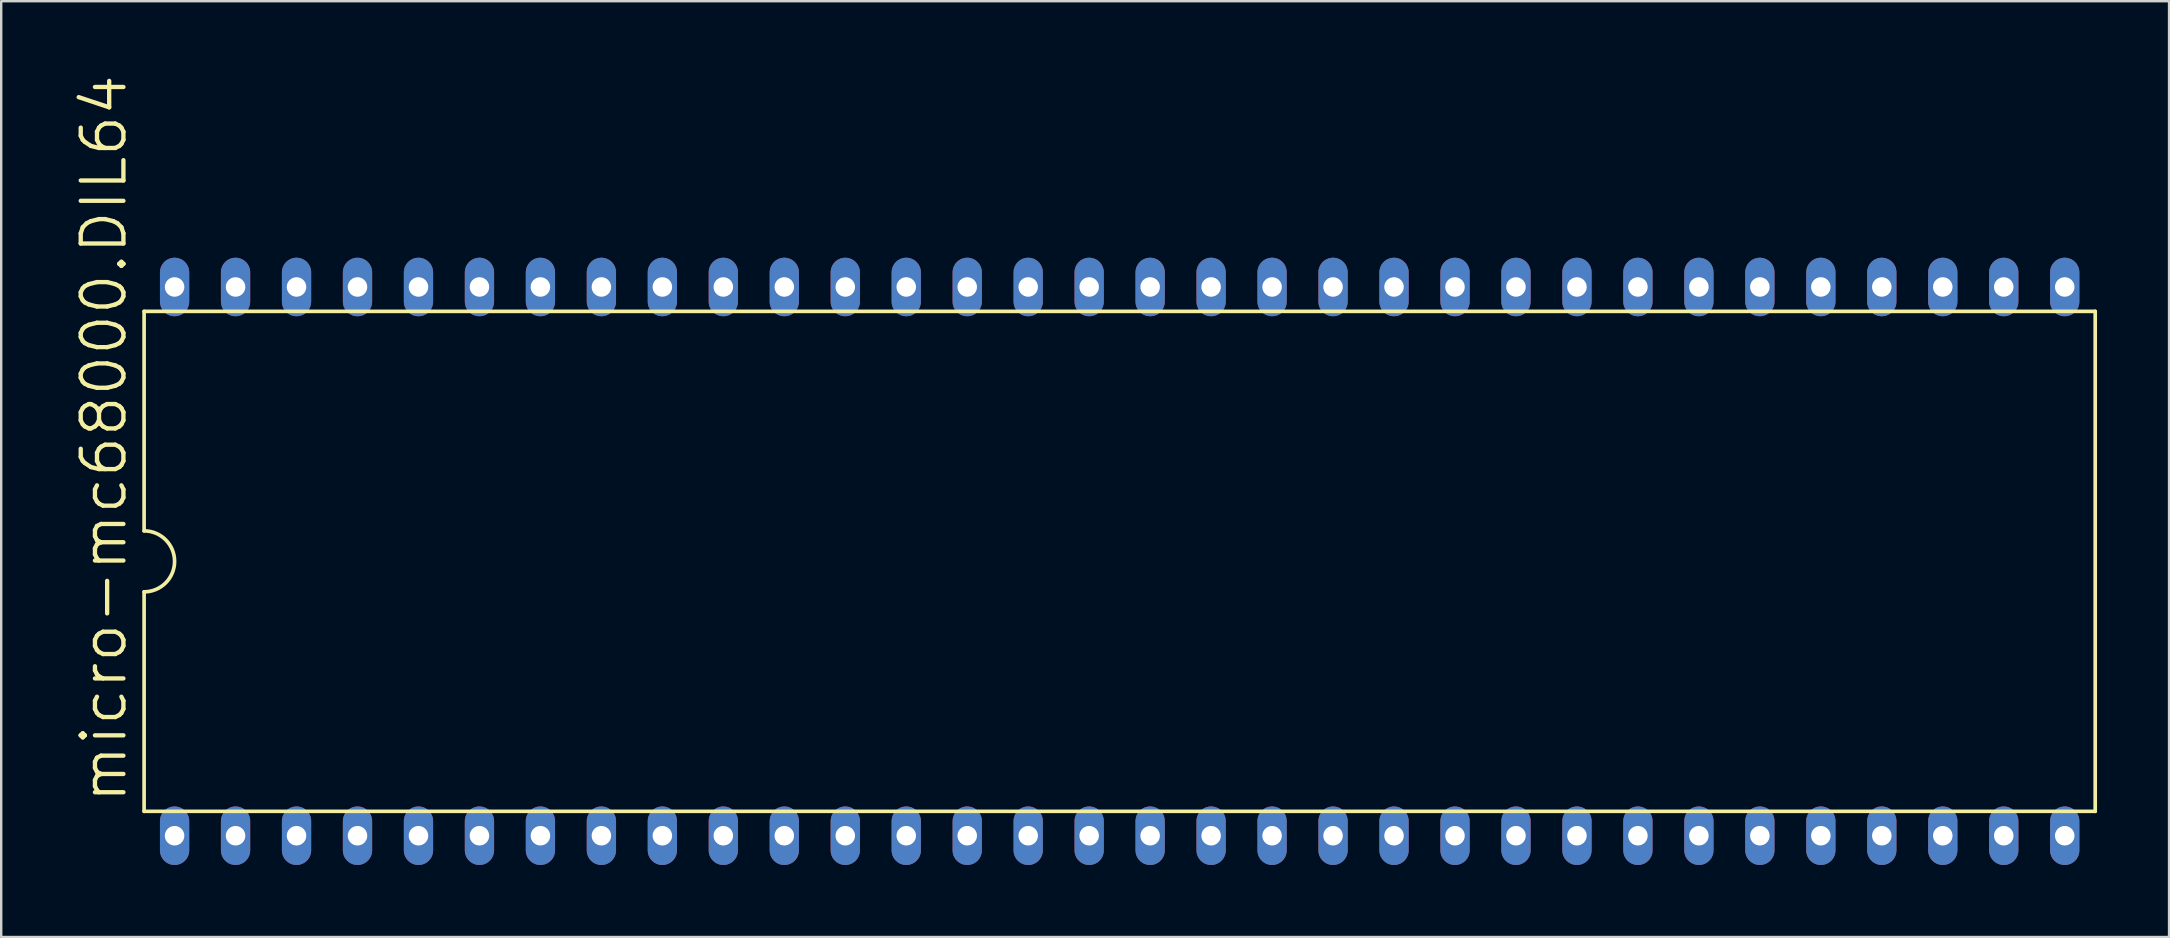
<source format=kicad_pcb>
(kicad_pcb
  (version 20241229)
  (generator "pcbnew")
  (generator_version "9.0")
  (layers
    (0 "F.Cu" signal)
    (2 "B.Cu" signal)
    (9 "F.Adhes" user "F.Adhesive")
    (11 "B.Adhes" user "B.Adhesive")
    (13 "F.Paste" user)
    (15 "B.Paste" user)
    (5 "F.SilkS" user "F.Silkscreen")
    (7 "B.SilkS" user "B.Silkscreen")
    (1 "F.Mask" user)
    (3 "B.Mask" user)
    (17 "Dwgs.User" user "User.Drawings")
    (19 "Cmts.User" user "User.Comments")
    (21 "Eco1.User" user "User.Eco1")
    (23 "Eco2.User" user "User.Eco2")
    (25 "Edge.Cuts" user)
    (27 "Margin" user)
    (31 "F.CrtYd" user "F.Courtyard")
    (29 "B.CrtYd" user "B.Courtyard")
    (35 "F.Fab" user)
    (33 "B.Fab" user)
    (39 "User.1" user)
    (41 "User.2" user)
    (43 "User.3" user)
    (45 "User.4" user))
  (footprint "micro-mc68000.DIL64"
    (layer "F.Cu")
    (at 43.593 20.335)
    (property "Reference" "micro-mc68000.DIL64" (at -41.275 10.16 90) (layer "F.SilkS") (effects (font (size 1.778 1.778) (thickness 0.18)) (justify left bottom)))
    (attr through_hole)
    (fp_line (start -40.64 -10.414) (end -40.64 -1.27) (stroke (width 0.152) (type default)) (layer "F.SilkS"))
    (fp_line (start -40.64 -10.414) (end 40.64 -10.414) (stroke (width 0.152) (type default)) (layer "F.SilkS"))
    (fp_line (start -40.64 1.27) (end -40.64 10.414) (stroke (width 0.152) (type default)) (layer "F.SilkS"))
    (fp_line (start -40.64 10.414) (end 40.64 10.414) (stroke (width 0.152) (type default)) (layer "F.SilkS"))
    (fp_line (start 40.64 10.414) (end 40.64 -10.414) (stroke (width 0.152) (type default)) (layer "F.SilkS"))
    (fp_arc (start -40.64 -1.27) (mid -39.37 0) (end -40.64 1.27) (stroke (width 0.1524) (type default)) (layer "F.SilkS"))
    (pad "1" thru_hole oval (at -39.37 11.43 90) (size 2.438 1.219) (drill 0.813) (layers "*.Cu" "*.Mask"))
    (pad "2" thru_hole oval (at -36.83 11.43 90) (size 2.438 1.219) (drill 0.813) (layers "*.Cu" "*.Mask"))
    (pad "3" thru_hole oval (at -34.29 11.43 90) (size 2.438 1.219) (drill 0.813) (layers "*.Cu" "*.Mask"))
    (pad "4" thru_hole oval (at -31.75 11.43 90) (size 2.438 1.219) (drill 0.813) (layers "*.Cu" "*.Mask"))
    (pad "5" thru_hole oval (at -29.21 11.43 90) (size 2.438 1.219) (drill 0.813) (layers "*.Cu" "*.Mask"))
    (pad "6" thru_hole oval (at -26.67 11.43 90) (size 2.438 1.219) (drill 0.813) (layers "*.Cu" "*.Mask"))
    (pad "7" thru_hole oval (at -24.13 11.43 90) (size 2.438 1.219) (drill 0.813) (layers "*.Cu" "*.Mask"))
    (pad "8" thru_hole oval (at -21.59 11.43 90) (size 2.438 1.219) (drill 0.813) (layers "*.Cu" "*.Mask"))
    (pad "9" thru_hole oval (at -19.05 11.43 90) (size 2.438 1.219) (drill 0.813) (layers "*.Cu" "*.Mask"))
    (pad "10" thru_hole oval (at -16.51 11.43 90) (size 2.438 1.219) (drill 0.813) (layers "*.Cu" "*.Mask"))
    (pad "11" thru_hole oval (at -13.97 11.43 90) (size 2.438 1.219) (drill 0.813) (layers "*.Cu" "*.Mask"))
    (pad "12" thru_hole oval (at -11.43 11.43 90) (size 2.438 1.219) (drill 0.813) (layers "*.Cu" "*.Mask"))
    (pad "13" thru_hole oval (at -8.89 11.43 90) (size 2.438 1.219) (drill 0.813) (layers "*.Cu" "*.Mask"))
    (pad "14" thru_hole oval (at -6.35 11.43 90) (size 2.438 1.219) (drill 0.813) (layers "*.Cu" "*.Mask"))
    (pad "15" thru_hole oval (at -3.81 11.43 90) (size 2.438 1.219) (drill 0.813) (layers "*.Cu" "*.Mask"))
    (pad "16" thru_hole oval (at -1.27 11.43 90) (size 2.438 1.219) (drill 0.813) (layers "*.Cu" "*.Mask"))
    (pad "17" thru_hole oval (at 1.27 11.43 90) (size 2.438 1.219) (drill 0.813) (layers "*.Cu" "*.Mask"))
    (pad "18" thru_hole oval (at 3.81 11.43 90) (size 2.438 1.219) (drill 0.813) (layers "*.Cu" "*.Mask"))
    (pad "19" thru_hole oval (at 6.35 11.43 90) (size 2.438 1.219) (drill 0.813) (layers "*.Cu" "*.Mask"))
    (pad "20" thru_hole oval (at 8.89 11.43 90) (size 2.438 1.219) (drill 0.813) (layers "*.Cu" "*.Mask"))
    (pad "21" thru_hole oval (at 11.43 11.43 90) (size 2.438 1.219) (drill 0.813) (layers "*.Cu" "*.Mask"))
    (pad "22" thru_hole oval (at 13.97 11.43 90) (size 2.438 1.219) (drill 0.813) (layers "*.Cu" "*.Mask"))
    (pad "23" thru_hole oval (at 16.51 11.43 90) (size 2.438 1.219) (drill 0.813) (layers "*.Cu" "*.Mask"))
    (pad "24" thru_hole oval (at 19.05 11.43 90) (size 2.438 1.219) (drill 0.813) (layers "*.Cu" "*.Mask"))
    (pad "25" thru_hole oval (at 21.59 11.43 90) (size 2.438 1.219) (drill 0.813) (layers "*.Cu" "*.Mask"))
    (pad "26" thru_hole oval (at 24.13 11.43 90) (size 2.438 1.219) (drill 0.813) (layers "*.Cu" "*.Mask"))
    (pad "27" thru_hole oval (at 26.67 11.43 90) (size 2.438 1.219) (drill 0.813) (layers "*.Cu" "*.Mask"))
    (pad "28" thru_hole oval (at 29.21 11.43 90) (size 2.438 1.219) (drill 0.813) (layers "*.Cu" "*.Mask"))
    (pad "29" thru_hole oval (at 31.75 11.43 90) (size 2.438 1.219) (drill 0.813) (layers "*.Cu" "*.Mask"))
    (pad "30" thru_hole oval (at 34.29 11.43 90) (size 2.438 1.219) (drill 0.813) (layers "*.Cu" "*.Mask"))
    (pad "31" thru_hole oval (at 36.83 11.43 90) (size 2.438 1.219) (drill 0.813) (layers "*.Cu" "*.Mask"))
    (pad "32" thru_hole oval (at 39.37 11.43 90) (size 2.438 1.219) (drill 0.813) (layers "*.Cu" "*.Mask"))
    (pad "33" thru_hole oval (at 39.37 -11.43 90) (size 2.438 1.219) (drill 0.813) (layers "*.Cu" "*.Mask"))
    (pad "34" thru_hole oval (at 36.83 -11.43 90) (size 2.438 1.219) (drill 0.813) (layers "*.Cu" "*.Mask"))
    (pad "35" thru_hole oval (at 34.29 -11.43 90) (size 2.438 1.219) (drill 0.813) (layers "*.Cu" "*.Mask"))
    (pad "36" thru_hole oval (at 31.75 -11.43 90) (size 2.438 1.219) (drill 0.813) (layers "*.Cu" "*.Mask"))
    (pad "37" thru_hole oval (at 29.21 -11.43 90) (size 2.438 1.219) (drill 0.813) (layers "*.Cu" "*.Mask"))
    (pad "38" thru_hole oval (at 26.67 -11.43 90) (size 2.438 1.219) (drill 0.813) (layers "*.Cu" "*.Mask"))
    (pad "39" thru_hole oval (at 24.13 -11.43 90) (size 2.438 1.219) (drill 0.813) (layers "*.Cu" "*.Mask"))
    (pad "40" thru_hole oval (at 21.59 -11.43 90) (size 2.438 1.219) (drill 0.813) (layers "*.Cu" "*.Mask"))
    (pad "41" thru_hole oval (at 19.05 -11.43 90) (size 2.438 1.219) (drill 0.813) (layers "*.Cu" "*.Mask"))
    (pad "42" thru_hole oval (at 16.51 -11.43 90) (size 2.438 1.219) (drill 0.813) (layers "*.Cu" "*.Mask"))
    (pad "43" thru_hole oval (at 13.97 -11.43 90) (size 2.438 1.219) (drill 0.813) (layers "*.Cu" "*.Mask"))
    (pad "44" thru_hole oval (at 11.43 -11.43 90) (size 2.438 1.219) (drill 0.813) (layers "*.Cu" "*.Mask"))
    (pad "45" thru_hole oval (at 8.89 -11.43 90) (size 2.438 1.219) (drill 0.813) (layers "*.Cu" "*.Mask"))
    (pad "46" thru_hole oval (at 6.35 -11.43 90) (size 2.438 1.219) (drill 0.813) (layers "*.Cu" "*.Mask"))
    (pad "47" thru_hole oval (at 3.81 -11.43 90) (size 2.438 1.219) (drill 0.813) (layers "*.Cu" "*.Mask"))
    (pad "48" thru_hole oval (at 1.27 -11.43 90) (size 2.438 1.219) (drill 0.813) (layers "*.Cu" "*.Mask"))
    (pad "49" thru_hole oval (at -1.27 -11.43 90) (size 2.438 1.219) (drill 0.813) (layers "*.Cu" "*.Mask"))
    (pad "50" thru_hole oval (at -3.81 -11.43 90) (size 2.438 1.219) (drill 0.813) (layers "*.Cu" "*.Mask"))
    (pad "51" thru_hole oval (at -6.35 -11.43 90) (size 2.438 1.219) (drill 0.813) (layers "*.Cu" "*.Mask"))
    (pad "52" thru_hole oval (at -8.89 -11.43 90) (size 2.438 1.219) (drill 0.813) (layers "*.Cu" "*.Mask"))
    (pad "53" thru_hole oval (at -11.43 -11.43 90) (size 2.438 1.219) (drill 0.813) (layers "*.Cu" "*.Mask"))
    (pad "54" thru_hole oval (at -13.97 -11.43 90) (size 2.438 1.219) (drill 0.813) (layers "*.Cu" "*.Mask"))
    (pad "55" thru_hole oval (at -16.51 -11.43 90) (size 2.438 1.219) (drill 0.813) (layers "*.Cu" "*.Mask"))
    (pad "56" thru_hole oval (at -19.05 -11.43 90) (size 2.438 1.219) (drill 0.813) (layers "*.Cu" "*.Mask"))
    (pad "57" thru_hole oval (at -21.59 -11.43 90) (size 2.438 1.219) (drill 0.813) (layers "*.Cu" "*.Mask"))
    (pad "58" thru_hole oval (at -24.13 -11.43 90) (size 2.438 1.219) (drill 0.813) (layers "*.Cu" "*.Mask"))
    (pad "59" thru_hole oval (at -26.67 -11.43 90) (size 2.438 1.219) (drill 0.813) (layers "*.Cu" "*.Mask"))
    (pad "60" thru_hole oval (at -29.21 -11.43 90) (size 2.438 1.219) (drill 0.813) (layers "*.Cu" "*.Mask"))
    (pad "61" thru_hole oval (at -31.75 -11.43 90) (size 2.438 1.219) (drill 0.813) (layers "*.Cu" "*.Mask"))
    (pad "62" thru_hole oval (at -34.29 -11.43 90) (size 2.438 1.219) (drill 0.813) (layers "*.Cu" "*.Mask"))
    (pad "63" thru_hole oval (at -36.83 -11.43 90) (size 2.438 1.219) (drill 0.813) (layers "*.Cu" "*.Mask"))
    (pad "64" thru_hole oval (at -39.37 -11.43 90) (size 2.438 1.219) (drill 0.813) (layers "*.Cu" "*.Mask")))
  (gr_rect
    (start -3 -3)
    (end 87.309 35.984)
    (stroke (width 0.1) (type default))
    (fill no)
    (layer "Edge.Cuts")))
</source>
